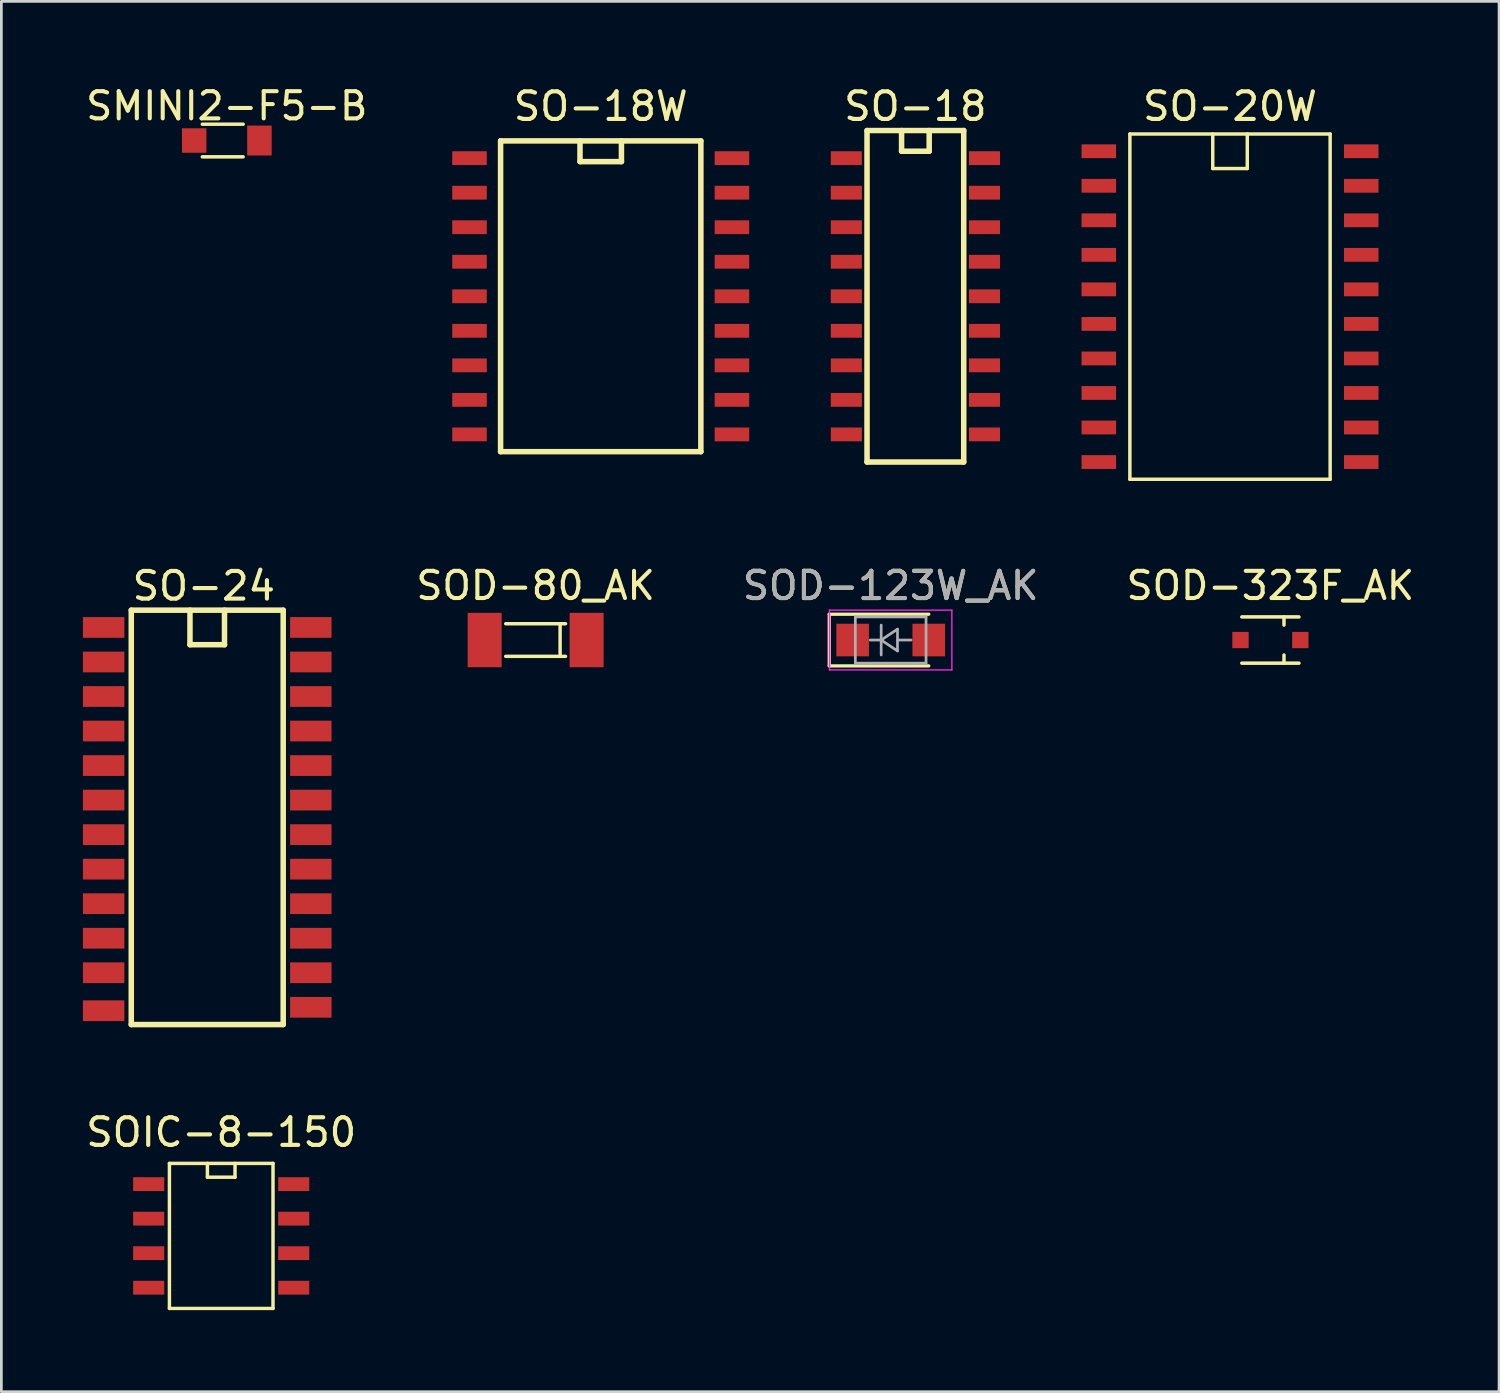
<source format=kicad_pcb>
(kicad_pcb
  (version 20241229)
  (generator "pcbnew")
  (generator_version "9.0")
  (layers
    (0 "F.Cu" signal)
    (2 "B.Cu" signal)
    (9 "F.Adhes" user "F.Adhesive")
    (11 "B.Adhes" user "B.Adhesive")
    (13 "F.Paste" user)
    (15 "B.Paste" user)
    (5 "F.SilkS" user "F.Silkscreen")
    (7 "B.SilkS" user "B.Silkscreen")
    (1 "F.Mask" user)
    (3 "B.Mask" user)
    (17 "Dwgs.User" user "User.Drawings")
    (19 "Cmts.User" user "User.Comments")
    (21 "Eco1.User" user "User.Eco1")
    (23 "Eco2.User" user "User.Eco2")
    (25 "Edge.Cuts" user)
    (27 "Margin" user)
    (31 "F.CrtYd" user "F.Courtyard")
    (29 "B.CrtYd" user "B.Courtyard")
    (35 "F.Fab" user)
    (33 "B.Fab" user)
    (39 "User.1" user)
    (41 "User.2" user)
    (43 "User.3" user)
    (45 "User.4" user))
  (footprint "SO-20W"
    (layer "F.Cu")
    (at 42.189 8.228)
    (property "Reference" "SO-20W" (at 0 -7.366 0) (layer "F.SilkS") (effects (font (size 1.016 1.016) (thickness 0.152))))
    (attr smd)
    (fp_line (start -3.683 6.35) (end -3.683 -6.35) (stroke (width 0.127) (type solid)) (layer "F.SilkS"))
    (fp_line (start -3.683 6.35) (end 3.683 6.35) (stroke (width 0.127) (type solid)) (layer "F.SilkS"))
    (fp_line (start -0.635 -5.08) (end -0.635 -6.35) (stroke (width 0.127) (type solid)) (layer "F.SilkS"))
    (fp_line (start 0.635 -6.35) (end 0.635 -5.08) (stroke (width 0.127) (type solid)) (layer "F.SilkS"))
    (fp_line (start 0.635 -5.08) (end -0.635 -5.08) (stroke (width 0.127) (type solid)) (layer "F.SilkS"))
    (fp_line (start 3.683 -6.35) (end -3.683 -6.35) (stroke (width 0.127) (type solid)) (layer "F.SilkS"))
    (fp_line (start 3.683 -6.35) (end 3.683 6.35) (stroke (width 0.127) (type solid)) (layer "F.SilkS"))
    (pad "1" smd rect (at -4.826 -5.715 270) (size 0.508 1.27) (layers "F.Cu" "F.Mask" "F.Paste"))
    (pad "2" smd rect (at -4.826 -4.445 270) (size 0.508 1.27) (layers "F.Cu" "F.Mask" "F.Paste"))
    (pad "3" smd rect (at -4.826 -3.175 270) (size 0.508 1.27) (layers "F.Cu" "F.Mask" "F.Paste"))
    (pad "4" smd rect (at -4.826 -1.905 270) (size 0.508 1.27) (layers "F.Cu" "F.Mask" "F.Paste"))
    (pad "5" smd rect (at -4.826 -0.635 270) (size 0.508 1.27) (layers "F.Cu" "F.Mask" "F.Paste"))
    (pad "6" smd rect (at -4.826 0.635 270) (size 0.508 1.27) (layers "F.Cu" "F.Mask" "F.Paste"))
    (pad "7" smd rect (at -4.826 1.905 270) (size 0.508 1.27) (layers "F.Cu" "F.Mask" "F.Paste"))
    (pad "8" smd rect (at -4.826 3.175 270) (size 0.508 1.27) (layers "F.Cu" "F.Mask" "F.Paste"))
    (pad "9" smd rect (at -4.826 4.445 270) (size 0.508 1.27) (layers "F.Cu" "F.Mask" "F.Paste"))
    (pad "10" smd rect (at -4.826 5.715 270) (size 0.508 1.27) (layers "F.Cu" "F.Mask" "F.Paste"))
    (pad "11" smd rect (at 4.826 5.715 270) (size 0.508 1.27) (layers "F.Cu" "F.Mask" "F.Paste"))
    (pad "12" smd rect (at 4.826 4.445 270) (size 0.508 1.27) (layers "F.Cu" "F.Mask" "F.Paste"))
    (pad "13" smd rect (at 4.826 3.175 270) (size 0.508 1.27) (layers "F.Cu" "F.Mask" "F.Paste"))
    (pad "14" smd rect (at 4.826 1.905 270) (size 0.508 1.27) (layers "F.Cu" "F.Mask" "F.Paste"))
    (pad "15" smd rect (at 4.826 0.635 270) (size 0.508 1.27) (layers "F.Cu" "F.Mask" "F.Paste"))
    (pad "16" smd rect (at 4.826 -0.635 270) (size 0.508 1.27) (layers "F.Cu" "F.Mask" "F.Paste"))
    (pad "17" smd rect (at 4.826 -1.905 270) (size 0.508 1.27) (layers "F.Cu" "F.Mask" "F.Paste"))
    (pad "18" smd rect (at 4.826 -3.175 270) (size 0.508 1.27) (layers "F.Cu" "F.Mask" "F.Paste"))
    (pad "19" smd rect (at 4.826 -4.445 270) (size 0.508 1.27) (layers "F.Cu" "F.Mask" "F.Paste"))
    (pad "20" smd rect (at 4.826 -5.715 270) (size 0.508 1.27) (layers "F.Cu" "F.Mask" "F.Paste")))
  (footprint "SOD-323F_AK"
    (layer "F.Cu")
    (at 43.674 20.49)
    (property "Reference" "SOD-323F_AK" (at 0 -2 0) (layer "F.SilkS") (effects (font (size 1 1) (thickness 0.15))))
    (attr through_hole)
    (fp_line (start -1.05 -0.85) (end 1.05 -0.85) (stroke (width 0.13) (type solid)) (layer "F.SilkS"))
    (fp_line (start -1.05 0.85) (end 1.05 0.85) (stroke (width 0.13) (type solid)) (layer "F.SilkS"))
    (fp_line (start 0.5 -0.85) (end 0.5 -0.55) (stroke (width 0.127) (type solid)) (layer "F.SilkS"))
    (fp_line (start 0.5 0.85) (end 0.5 0.55) (stroke (width 0.127) (type solid)) (layer "F.SilkS"))
    (pad "A" smd rect (at -1.1 0) (size 0.6 0.6) (layers "F.Cu" "F.Mask" "F.Paste"))
    (pad "K" smd rect (at 1.1 0) (size 0.6 0.6) (layers "F.Cu" "F.Mask" "F.Paste")))
  (footprint "SO-18"
    (layer "F.Cu")
    (at 30.617 7.847)
    (property "Reference" "SO-18" (at 0 -6.985 0) (layer "F.SilkS") (effects (font (size 1.016 1.016) (thickness 0.152))))
    (attr smd)
    (fp_line (start -1.778 -6.096) (end -1.778 6.096) (stroke (width 0.203) (type solid)) (layer "F.SilkS"))
    (fp_line (start -1.778 -6.096) (end 1.778 -6.096) (stroke (width 0.203) (type solid)) (layer "F.SilkS"))
    (fp_line (start -0.508 -5.334) (end -0.508 -6.096) (stroke (width 0.203) (type solid)) (layer "F.SilkS"))
    (fp_line (start 0.508 -6.096) (end 0.508 -5.334) (stroke (width 0.203) (type solid)) (layer "F.SilkS"))
    (fp_line (start 0.508 -5.334) (end -0.508 -5.334) (stroke (width 0.203) (type solid)) (layer "F.SilkS"))
    (fp_line (start 1.778 6.096) (end -1.778 6.096) (stroke (width 0.203) (type solid)) (layer "F.SilkS"))
    (fp_line (start 1.778 6.096) (end 1.778 -6.096) (stroke (width 0.203) (type solid)) (layer "F.SilkS"))
    (pad "1" smd rect (at -2.54 -5.08 270) (size 0.508 1.143) (layers "F.Cu" "F.Mask" "F.Paste"))
    (pad "2" smd rect (at -2.54 -3.81 270) (size 0.508 1.143) (layers "F.Cu" "F.Mask" "F.Paste"))
    (pad "3" smd rect (at -2.54 -2.54 270) (size 0.508 1.143) (layers "F.Cu" "F.Mask" "F.Paste"))
    (pad "4" smd rect (at -2.54 -1.27 270) (size 0.508 1.143) (layers "F.Cu" "F.Mask" "F.Paste"))
    (pad "5" smd rect (at -2.54 0 270) (size 0.508 1.143) (layers "F.Cu" "F.Mask" "F.Paste"))
    (pad "6" smd rect (at -2.54 1.27 270) (size 0.508 1.143) (layers "F.Cu" "F.Mask" "F.Paste"))
    (pad "7" smd rect (at -2.54 2.54 270) (size 0.508 1.143) (layers "F.Cu" "F.Mask" "F.Paste"))
    (pad "8" smd rect (at -2.54 3.81 270) (size 0.508 1.143) (layers "F.Cu" "F.Mask" "F.Paste"))
    (pad "9" smd rect (at -2.54 5.08 270) (size 0.508 1.143) (layers "F.Cu" "F.Mask" "F.Paste"))
    (pad "10" smd rect (at 2.54 5.08 270) (size 0.508 1.143) (layers "F.Cu" "F.Mask" "F.Paste"))
    (pad "11" smd rect (at 2.54 3.81 270) (size 0.508 1.143) (layers "F.Cu" "F.Mask" "F.Paste"))
    (pad "12" smd rect (at 2.54 2.54 270) (size 0.508 1.143) (layers "F.Cu" "F.Mask" "F.Paste"))
    (pad "13" smd rect (at 2.54 1.27 270) (size 0.508 1.143) (layers "F.Cu" "F.Mask" "F.Paste"))
    (pad "14" smd rect (at 2.54 0 270) (size 0.508 1.143) (layers "F.Cu" "F.Mask" "F.Paste"))
    (pad "15" smd rect (at 2.54 -1.27 270) (size 0.508 1.143) (layers "F.Cu" "F.Mask" "F.Paste"))
    (pad "16" smd rect (at 2.54 -2.54 270) (size 0.508 1.143) (layers "F.Cu" "F.Mask" "F.Paste"))
    (pad "17" smd rect (at 2.54 -3.81 270) (size 0.508 1.143) (layers "F.Cu" "F.Mask" "F.Paste"))
    (pad "18" smd rect (at 2.54 -5.08 270) (size 0.508 1.143) (layers "F.Cu" "F.Mask" "F.Paste")))
  (footprint "SOD-123W_AK"
    (layer "F.Cu")
    (at 29.709 20.49)
    (property "Reference" "SOD-123W_AK" (at 0 -2 0) (layer "F.SilkS") (effects (font (size 1 1) (thickness 0.15))))
    (attr smd)
    (fp_line (start -2.26 -0.95) (end -2.26 0.95) (stroke (width 0.12) (type solid)) (layer "F.SilkS"))
    (fp_line (start -2.26 -0.95) (end 1.4 -0.95) (stroke (width 0.12) (type solid)) (layer "F.SilkS"))
    (fp_line (start -2.26 0.95) (end 1.4 0.95) (stroke (width 0.12) (type solid)) (layer "F.SilkS"))
    (fp_line (start -2.25 -1.1) (end -2.25 1.1) (stroke (width 0.05) (type solid)) (layer "F.CrtYd"))
    (fp_line (start -2.25 -1.1) (end 2.25 -1.1) (stroke (width 0.05) (type solid)) (layer "F.CrtYd"))
    (fp_line (start 2.25 -1.1) (end 2.25 1.1) (stroke (width 0.05) (type solid)) (layer "F.CrtYd"))
    (fp_line (start 2.25 1.1) (end -2.25 1.1) (stroke (width 0.05) (type solid)) (layer "F.CrtYd"))
    (fp_line (start -1.3 -0.85) (end 1.3 -0.85) (stroke (width 0.1) (type solid)) (layer "F.Fab"))
    (fp_line (start -1.3 0.85) (end -1.3 -0.85) (stroke (width 0.1) (type solid)) (layer "F.Fab"))
    (fp_line (start -0.75 0) (end -0.35 0) (stroke (width 0.1) (type solid)) (layer "F.Fab"))
    (fp_line (start -0.35 -0.55) (end -0.35 0.55) (stroke (width 0.1) (type solid)) (layer "F.Fab"))
    (fp_line (start -0.35 0) (end 0.25 -0.4) (stroke (width 0.1) (type solid)) (layer "F.Fab"))
    (fp_line (start -0.35 0) (end 0.25 0.4) (stroke (width 0.1) (type solid)) (layer "F.Fab"))
    (fp_line (start 0.25 -0.4) (end 0.25 0.4) (stroke (width 0.1) (type solid)) (layer "F.Fab"))
    (fp_line (start 0.75 0) (end 0.25 0) (stroke (width 0.1) (type solid)) (layer "F.Fab"))
    (fp_line (start 1.3 -0.85) (end 1.3 0.85) (stroke (width 0.1) (type solid)) (layer "F.Fab"))
    (fp_line (start 1.3 0.85) (end -1.3 0.85) (stroke (width 0.1) (type solid)) (layer "F.Fab"))
    (fp_text user "${REFERENCE}" (at 0 -2 0) (layer "F.Fab") (effects (font (size 1 1) (thickness 0.15))))
    (pad "A" smd rect (at 1.4 0) (size 1.2 1.2) (layers "F.Cu" "F.Mask" "F.Paste"))
    (pad "K" smd rect (at -1.4 0) (size 1.2 1.2) (layers "F.Cu" "F.Mask" "F.Paste")))
  (footprint "SO-18W"
    (layer "F.Cu")
    (at 19.044 7.847)
    (property "Reference" "SO-18W" (at 0 -6.985 0) (layer "F.SilkS") (effects (font (size 1.016 1.016) (thickness 0.152))))
    (attr smd)
    (fp_line (start -3.683 5.715) (end -3.683 -5.715) (stroke (width 0.203) (type solid)) (layer "F.SilkS"))
    (fp_line (start -3.683 5.715) (end 3.683 5.715) (stroke (width 0.203) (type solid)) (layer "F.SilkS"))
    (fp_line (start -0.762 -4.953) (end -0.762 -5.715) (stroke (width 0.203) (type solid)) (layer "F.SilkS"))
    (fp_line (start -0.762 -4.953) (end 0.762 -4.953) (stroke (width 0.203) (type solid)) (layer "F.SilkS"))
    (fp_line (start 0.762 -5.715) (end 0.762 -4.953) (stroke (width 0.203) (type solid)) (layer "F.SilkS"))
    (fp_line (start 3.683 -5.715) (end -3.683 -5.715) (stroke (width 0.203) (type solid)) (layer "F.SilkS"))
    (fp_line (start 3.683 -5.715) (end 3.683 5.715) (stroke (width 0.203) (type solid)) (layer "F.SilkS"))
    (pad "1" smd rect (at -4.826 -5.08 270) (size 0.508 1.27) (layers "F.Cu" "F.Mask" "F.Paste"))
    (pad "2" smd rect (at -4.826 -3.81 270) (size 0.508 1.27) (layers "F.Cu" "F.Mask" "F.Paste"))
    (pad "3" smd rect (at -4.826 -2.54 270) (size 0.508 1.27) (layers "F.Cu" "F.Mask" "F.Paste"))
    (pad "4" smd rect (at -4.826 -1.27 270) (size 0.508 1.27) (layers "F.Cu" "F.Mask" "F.Paste"))
    (pad "5" smd rect (at -4.826 0 270) (size 0.508 1.27) (layers "F.Cu" "F.Mask" "F.Paste"))
    (pad "6" smd rect (at -4.826 1.27 270) (size 0.508 1.27) (layers "F.Cu" "F.Mask" "F.Paste"))
    (pad "7" smd rect (at -4.826 2.54 270) (size 0.508 1.27) (layers "F.Cu" "F.Mask" "F.Paste"))
    (pad "8" smd rect (at -4.826 3.81 270) (size 0.508 1.27) (layers "F.Cu" "F.Mask" "F.Paste"))
    (pad "9" smd rect (at -4.826 5.08 270) (size 0.508 1.27) (layers "F.Cu" "F.Mask" "F.Paste"))
    (pad "10" smd rect (at 4.826 5.08 270) (size 0.508 1.27) (layers "F.Cu" "F.Mask" "F.Paste"))
    (pad "11" smd rect (at 4.826 3.81 270) (size 0.508 1.27) (layers "F.Cu" "F.Mask" "F.Paste"))
    (pad "12" smd rect (at 4.826 2.54 270) (size 0.508 1.27) (layers "F.Cu" "F.Mask" "F.Paste"))
    (pad "13" smd rect (at 4.826 1.27 270) (size 0.508 1.27) (layers "F.Cu" "F.Mask" "F.Paste"))
    (pad "14" smd rect (at 4.826 0 270) (size 0.508 1.27) (layers "F.Cu" "F.Mask" "F.Paste"))
    (pad "15" smd rect (at 4.826 -1.27 270) (size 0.508 1.27) (layers "F.Cu" "F.Mask" "F.Paste"))
    (pad "16" smd rect (at 4.826 -2.54 270) (size 0.508 1.27) (layers "F.Cu" "F.Mask" "F.Paste"))
    (pad "17" smd rect (at 4.826 -3.81 270) (size 0.508 1.27) (layers "F.Cu" "F.Mask" "F.Paste"))
    (pad "18" smd rect (at 4.826 -5.08 270) (size 0.508 1.27) (layers "F.Cu" "F.Mask" "F.Paste")))
  (footprint "SO-24"
    (layer "F.Cu")
    (at 4.445 27.139)
    (property "Reference" "SO-24" (at 0 -8.636 0) (layer "F.SilkS") (effects (font (size 1.016 1.016) (thickness 0.152))))
    (attr smd)
    (fp_line (start -2.667 -7.747) (end -2.667 7.493) (stroke (width 0.203) (type solid)) (layer "F.SilkS"))
    (fp_line (start -0.508 -6.477) (end -0.508 -7.747) (stroke (width 0.203) (type solid)) (layer "F.SilkS"))
    (fp_line (start 0.762 -7.747) (end 0.762 -6.477) (stroke (width 0.203) (type solid)) (layer "F.SilkS"))
    (fp_line (start 0.762 -6.477) (end -0.508 -6.477) (stroke (width 0.203) (type solid)) (layer "F.SilkS"))
    (fp_line (start 2.921 -7.747) (end -2.667 -7.747) (stroke (width 0.203) (type solid)) (layer "F.SilkS"))
    (fp_line (start 2.921 7.493) (end -2.667 7.493) (stroke (width 0.203) (type solid)) (layer "F.SilkS"))
    (fp_line (start 2.921 7.493) (end 2.921 -7.747) (stroke (width 0.203) (type solid)) (layer "F.SilkS"))
    (pad "1" smd rect (at -3.683 -7.112 270) (size 0.762 1.524) (layers "F.Cu" "F.Mask" "F.Paste"))
    (pad "2" smd rect (at -3.683 -5.842 270) (size 0.762 1.524) (layers "F.Cu" "F.Mask" "F.Paste"))
    (pad "3" smd rect (at -3.683 -4.572 270) (size 0.762 1.524) (layers "F.Cu" "F.Mask" "F.Paste"))
    (pad "4" smd rect (at -3.683 -3.302 270) (size 0.762 1.524) (layers "F.Cu" "F.Mask" "F.Paste"))
    (pad "5" smd rect (at -3.683 -2.032 270) (size 0.762 1.524) (layers "F.Cu" "F.Mask" "F.Paste"))
    (pad "6" smd rect (at -3.683 -0.762 270) (size 0.762 1.524) (layers "F.Cu" "F.Mask" "F.Paste"))
    (pad "7" smd rect (at -3.683 0.508 270) (size 0.762 1.524) (layers "F.Cu" "F.Mask" "F.Paste"))
    (pad "8" smd rect (at -3.683 1.778 270) (size 0.762 1.524) (layers "F.Cu" "F.Mask" "F.Paste"))
    (pad "9" smd rect (at -3.683 3.048 270) (size 0.762 1.524) (layers "F.Cu" "F.Mask" "F.Paste"))
    (pad "10" smd rect (at -3.683 4.318 270) (size 0.762 1.524) (layers "F.Cu" "F.Mask" "F.Paste"))
    (pad "11" smd rect (at -3.683 5.588 270) (size 0.762 1.524) (layers "F.Cu" "F.Mask" "F.Paste"))
    (pad "12" smd rect (at -3.683 6.985 270) (size 0.762 1.524) (layers "F.Cu" "F.Mask" "F.Paste"))
    (pad "13" smd rect (at 3.937 6.858 270) (size 0.762 1.524) (layers "F.Cu" "F.Mask" "F.Paste"))
    (pad "14" smd rect (at 3.937 5.588 270) (size 0.762 1.524) (layers "F.Cu" "F.Mask" "F.Paste"))
    (pad "15" smd rect (at 3.937 4.318 270) (size 0.762 1.524) (layers "F.Cu" "F.Mask" "F.Paste"))
    (pad "16" smd rect (at 3.937 3.048 270) (size 0.762 1.524) (layers "F.Cu" "F.Mask" "F.Paste"))
    (pad "17" smd rect (at 3.937 1.778 270) (size 0.762 1.524) (layers "F.Cu" "F.Mask" "F.Paste"))
    (pad "18" smd rect (at 3.937 0.508 270) (size 0.762 1.524) (layers "F.Cu" "F.Mask" "F.Paste"))
    (pad "19" smd rect (at 3.937 -0.762 270) (size 0.762 1.524) (layers "F.Cu" "F.Mask" "F.Paste"))
    (pad "20" smd rect (at 3.937 -2.032 270) (size 0.762 1.524) (layers "F.Cu" "F.Mask" "F.Paste"))
    (pad "21" smd rect (at 3.937 -3.302 270) (size 0.762 1.524) (layers "F.Cu" "F.Mask" "F.Paste"))
    (pad "22" smd rect (at 3.937 -4.572 270) (size 0.762 1.524) (layers "F.Cu" "F.Mask" "F.Paste"))
    (pad "23" smd rect (at 3.937 -5.842 270) (size 0.762 1.524) (layers "F.Cu" "F.Mask" "F.Paste"))
    (pad "24" smd rect (at 3.937 -7.112 270) (size 0.762 1.524) (layers "F.Cu" "F.Mask" "F.Paste")))
  (footprint "SOD-80_AK"
    (layer "F.Cu")
    (at 16.65 20.49)
    (property "Reference" "SOD-80_AK" (at 0 -2 0) (layer "F.SilkS") (effects (font (size 1 1) (thickness 0.15))))
    (attr smd)
    (fp_line (start -1.1 -0.6) (end 1.1 -0.6) (stroke (width 0.127) (type solid)) (layer "F.SilkS"))
    (fp_line (start -1.1 0.6) (end 1.1 0.6) (stroke (width 0.127) (type solid)) (layer "F.SilkS"))
    (fp_line (start 0.9 -0.6) (end 0.9 0.6) (stroke (width 0.127) (type solid)) (layer "F.SilkS"))
    (pad "A" smd rect (at -1.875 0) (size 1.25 2) (layers "F.Cu" "F.Mask" "F.Paste"))
    (pad "K" smd rect (at 1.875 0) (size 1.25 2) (layers "F.Cu" "F.Mask" "F.Paste")))
  (footprint "SMINI2-F5-B"
    (layer "F.Cu")
    (at 5.292 2.118)
    (property "Reference" "SMINI2-F5-B" (at 0 -1.27 0) (layer "F.SilkS") (effects (font (size 1 1) (thickness 0.15))))
    (attr through_hole)
    (fp_line (start -0.9 -0.6) (end 0.6 -0.6) (stroke (width 0.13) (type solid)) (layer "F.SilkS"))
    (fp_line (start -0.9 0.6) (end 0.6 0.6) (stroke (width 0.13) (type solid)) (layer "F.SilkS"))
    (pad "1" smd rect (at 1.2 0) (size 0.9 1.1) (layers "F.Cu" "F.Mask" "F.Paste"))
    (pad "2" smd rect (at -1.2 0) (size 0.9 0.9) (layers "F.Cu" "F.Mask" "F.Paste")))
  (footprint "SOIC-8-150"
    (layer "F.Cu")
    (at 5.086 42.406)
    (property "Reference" "SOIC-8-150" (at 0 -3.81 0) (layer "F.SilkS") (effects (font (size 1.016 1.016) (thickness 0.152))))
    (attr smd)
    (fp_line (start -1.905 -2.667) (end -1.905 2.667) (stroke (width 0.127) (type solid)) (layer "F.SilkS"))
    (fp_line (start -0.508 -2.159) (end -0.508 -2.667) (stroke (width 0.127) (type solid)) (layer "F.SilkS"))
    (fp_line (start 0.508 -2.667) (end 0.508 -2.159) (stroke (width 0.127) (type solid)) (layer "F.SilkS"))
    (fp_line (start 0.508 -2.159) (end -0.508 -2.159) (stroke (width 0.127) (type solid)) (layer "F.SilkS"))
    (fp_line (start 1.905 -2.667) (end -1.905 -2.667) (stroke (width 0.127) (type solid)) (layer "F.SilkS"))
    (fp_line (start 1.905 2.667) (end -1.905 2.667) (stroke (width 0.127) (type solid)) (layer "F.SilkS"))
    (fp_line (start 1.905 2.667) (end 1.905 -2.667) (stroke (width 0.127) (type solid)) (layer "F.SilkS"))
    (pad "1" smd rect (at -2.667 -1.905 270) (size 0.508 1.143) (layers "F.Cu" "F.Mask" "F.Paste"))
    (pad "2" smd rect (at -2.667 -0.635 270) (size 0.508 1.143) (layers "F.Cu" "F.Mask" "F.Paste"))
    (pad "3" smd rect (at -2.667 0.635 270) (size 0.508 1.143) (layers "F.Cu" "F.Mask" "F.Paste"))
    (pad "4" smd rect (at -2.667 1.905 270) (size 0.508 1.143) (layers "F.Cu" "F.Mask" "F.Paste"))
    (pad "5" smd rect (at 2.667 1.905 270) (size 0.508 1.143) (layers "F.Cu" "F.Mask" "F.Paste"))
    (pad "6" smd rect (at 2.667 0.635 270) (size 0.508 1.143) (layers "F.Cu" "F.Mask" "F.Paste"))
    (pad "7" smd rect (at 2.667 -0.635 270) (size 0.508 1.143) (layers "F.Cu" "F.Mask" "F.Paste"))
    (pad "8" smd rect (at 2.667 -1.905 270) (size 0.508 1.143) (layers "F.Cu" "F.Mask" "F.Paste")))
  (gr_rect
    (start -3 -3)
    (end 52.084 48.136)
    (stroke (width 0.1) (type default))
    (fill no)
    (layer "Edge.Cuts")))
</source>
